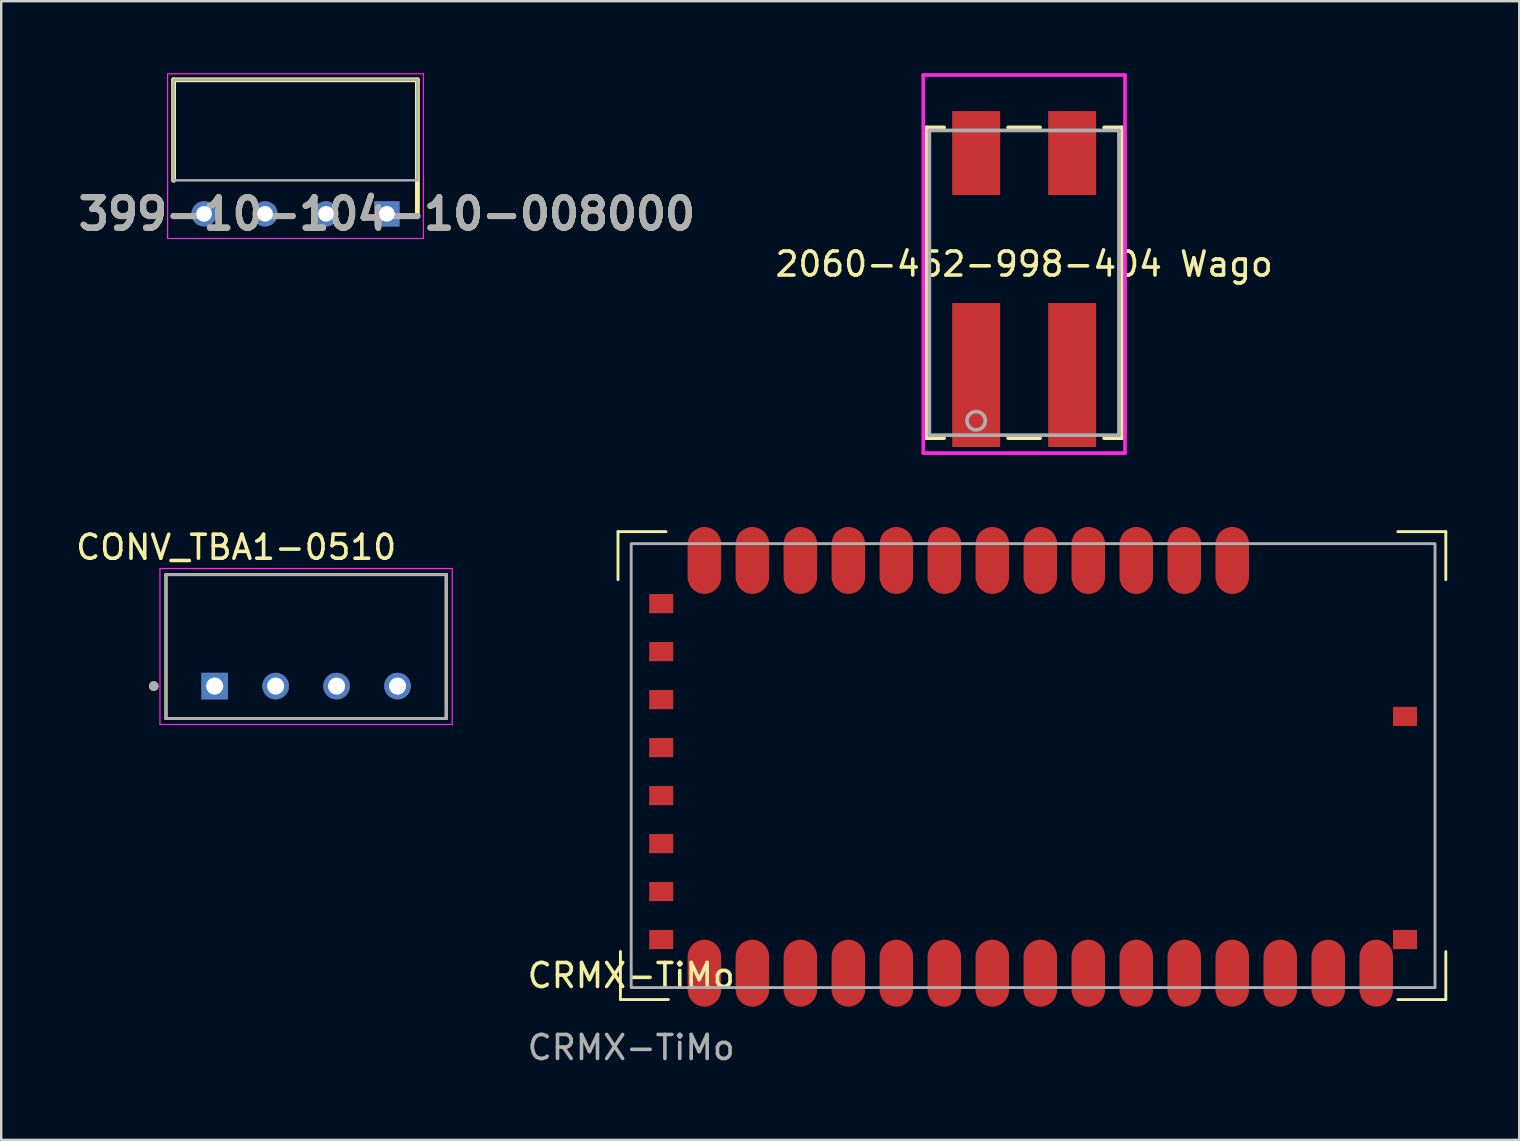
<source format=kicad_pcb>
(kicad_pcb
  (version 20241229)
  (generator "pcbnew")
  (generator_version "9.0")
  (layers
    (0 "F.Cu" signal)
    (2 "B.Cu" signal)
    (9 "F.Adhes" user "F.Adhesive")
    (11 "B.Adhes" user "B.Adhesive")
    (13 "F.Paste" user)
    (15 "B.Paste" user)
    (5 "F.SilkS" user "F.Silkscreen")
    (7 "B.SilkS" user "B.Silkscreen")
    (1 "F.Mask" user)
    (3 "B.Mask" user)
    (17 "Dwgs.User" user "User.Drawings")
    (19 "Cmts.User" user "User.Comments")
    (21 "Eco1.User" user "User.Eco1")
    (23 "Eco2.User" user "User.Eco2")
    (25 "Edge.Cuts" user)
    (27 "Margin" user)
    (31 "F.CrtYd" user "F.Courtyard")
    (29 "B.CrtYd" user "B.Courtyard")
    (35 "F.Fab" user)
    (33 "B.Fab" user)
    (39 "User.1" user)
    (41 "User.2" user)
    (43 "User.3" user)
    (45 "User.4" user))
  (footprint "CRMX-TiMo"
    (layer "F.Cu")
    (at 23.256 38.107)
    (property "Reference" "CRMX-TiMo" (at 0 -0.5 0) (unlocked yes) (layer "F.SilkS") (effects (font (size 1 1) (thickness 0.15))))
    (attr smd)
    (fp_line (start -0.55 -19) (end -0.55 -17) (stroke (width 0.12) (type default)) (layer "F.SilkS"))
    (fp_line (start -0.45 -1.5) (end -0.45 0.5) (stroke (width 0.12) (type default)) (layer "F.SilkS"))
    (fp_line (start -0.45 0.5) (end 1.55 0.5) (stroke (width 0.12) (type default)) (layer "F.SilkS"))
    (fp_line (start 1.45 -19) (end -0.55 -19) (stroke (width 0.12) (type default)) (layer "F.SilkS"))
    (fp_line (start 31.95 0.5) (end 33.95 0.5) (stroke (width 0.12) (type default)) (layer "F.SilkS"))
    (fp_line (start 33.95 -19) (end 31.95 -19) (stroke (width 0.12) (type default)) (layer "F.SilkS"))
    (fp_line (start 33.95 -17) (end 33.95 -19) (stroke (width 0.12) (type default)) (layer "F.SilkS"))
    (fp_line (start 33.95 0.5) (end 33.95 -1.5) (stroke (width 0.12) (type default)) (layer "F.SilkS"))
    (fp_rect (start 0 -18.5) (end 33.5 0) (stroke (width 0.12) (type default)) (fill no) (layer "F.Fab"))
    (fp_text user "${REFERENCE}" (at 0 2.5 0) (unlocked yes) (layer "F.Fab") (effects (font (size 1 1) (thickness 0.15))))
    (pad "1" smd rect (at 1.25 -16 270) (size 0.8 1) (layers "F.Cu" "F.Mask" "F.Paste"))
    (pad "2" smd rect (at 1.25 -14 270) (size 0.8 1) (layers "F.Cu" "F.Mask" "F.Paste"))
    (pad "3" smd rect (at 1.25 -12 270) (size 0.8 1) (layers "F.Cu" "F.Mask" "F.Paste"))
    (pad "4" smd rect (at 1.25 -10 270) (size 0.8 1) (layers "F.Cu" "F.Mask" "F.Paste"))
    (pad "5" smd rect (at 1.25 -8 270) (size 0.8 1) (layers "F.Cu" "F.Mask" "F.Paste"))
    (pad "6" smd rect (at 1.25 -6 270) (size 0.8 1) (layers "F.Cu" "F.Mask" "F.Paste"))
    (pad "7" smd rect (at 1.25 -4 270) (size 0.8 1) (layers "F.Cu" "F.Mask" "F.Paste"))
    (pad "8" smd rect (at 1.25 -2 270) (size 0.8 1) (layers "F.Cu" "F.Mask" "F.Paste"))
    (pad "9" smd roundrect (at 3.05 -0.6 270) (size 2.794 1.397) (layers "F.Cu" "F.Mask" "F.Paste") (roundrect_rratio 0.5))
    (pad "10" smd roundrect (at 5.05 -0.6 270) (size 2.794 1.397) (layers "F.Cu" "F.Mask" "F.Paste") (roundrect_rratio 0.5))
    (pad "11" smd roundrect (at 7.05 -0.6 270) (size 2.794 1.397) (layers "F.Cu" "F.Mask" "F.Paste") (roundrect_rratio 0.5))
    (pad "12" smd roundrect (at 9.05 -0.6 270) (size 2.794 1.397) (layers "F.Cu" "F.Mask" "F.Paste") (roundrect_rratio 0.5))
    (pad "13" smd roundrect (at 11.05 -0.6 270) (size 2.794 1.397) (layers "F.Cu" "F.Mask" "F.Paste") (roundrect_rratio 0.5))
    (pad "14" smd roundrect (at 13.05 -0.6 270) (size 2.794 1.397) (layers "F.Cu" "F.Mask" "F.Paste") (roundrect_rratio 0.5))
    (pad "15" smd roundrect (at 15.05 -0.6 270) (size 2.794 1.397) (layers "F.Cu" "F.Mask" "F.Paste") (roundrect_rratio 0.5))
    (pad "16" smd roundrect (at 17.05 -0.6 270) (size 2.794 1.397) (layers "F.Cu" "F.Mask" "F.Paste") (roundrect_rratio 0.5))
    (pad "17" smd roundrect (at 19.05 -0.6 270) (size 2.794 1.397) (layers "F.Cu" "F.Mask" "F.Paste") (roundrect_rratio 0.5))
    (pad "18" smd roundrect (at 21.05 -0.6 270) (size 2.794 1.397) (layers "F.Cu" "F.Mask" "F.Paste") (roundrect_rratio 0.5))
    (pad "19" smd roundrect (at 23.05 -0.6 270) (size 2.794 1.397) (layers "F.Cu" "F.Mask" "F.Paste") (roundrect_rratio 0.5))
    (pad "20" smd roundrect (at 25.05 -0.6 270) (size 2.794 1.397) (layers "F.Cu" "F.Mask" "F.Paste") (roundrect_rratio 0.5))
    (pad "21" smd roundrect (at 27.05 -0.6 270) (size 2.794 1.397) (layers "F.Cu" "F.Mask" "F.Paste") (roundrect_rratio 0.5))
    (pad "22" smd roundrect (at 29.05 -0.6 270) (size 2.794 1.397) (layers "F.Cu" "F.Mask" "F.Paste") (roundrect_rratio 0.5))
    (pad "23" smd roundrect (at 31.05 -0.6 270) (size 2.794 1.397) (layers "F.Cu" "F.Mask" "F.Paste") (roundrect_rratio 0.5))
    (pad "24" smd rect (at 32.25 -2 270) (size 0.8 1) (layers "F.Cu" "F.Mask" "F.Paste"))
    (pad "25" smd rect (at 32.25 -11.3 270) (size 0.8 1) (layers "F.Cu" "F.Mask" "F.Paste"))
    (pad "26" smd roundrect (at 25.05 -17.8 270) (size 2.794 1.397) (layers "F.Cu" "F.Mask" "F.Paste") (roundrect_rratio 0.5))
    (pad "27" smd roundrect (at 23.05 -17.8 270) (size 2.794 1.397) (layers "F.Cu" "F.Mask" "F.Paste") (roundrect_rratio 0.5))
    (pad "28" smd roundrect (at 21.05 -17.8 270) (size 2.794 1.397) (layers "F.Cu" "F.Mask" "F.Paste") (roundrect_rratio 0.5))
    (pad "29" smd roundrect (at 19.05 -17.8 270) (size 2.794 1.397) (layers "F.Cu" "F.Mask" "F.Paste") (roundrect_rratio 0.5))
    (pad "30" smd roundrect (at 17.05 -17.8 270) (size 2.794 1.397) (layers "F.Cu" "F.Mask" "F.Paste") (roundrect_rratio 0.5))
    (pad "31" smd roundrect (at 15.05 -17.8 270) (size 2.794 1.397) (layers "F.Cu" "F.Mask" "F.Paste") (roundrect_rratio 0.5))
    (pad "32" smd roundrect (at 13.05 -17.8 270) (size 2.794 1.397) (layers "F.Cu" "F.Mask" "F.Paste") (roundrect_rratio 0.5))
    (pad "33" smd roundrect (at 11.05 -17.8 270) (size 2.794 1.397) (layers "F.Cu" "F.Mask" "F.Paste") (roundrect_rratio 0.5))
    (pad "34" smd roundrect (at 9.05 -17.8 270) (size 2.794 1.397) (layers "F.Cu" "F.Mask" "F.Paste") (roundrect_rratio 0.5))
    (pad "35" smd roundrect (at 7.05 -17.8 270) (size 2.794 1.397) (layers "F.Cu" "F.Mask" "F.Paste") (roundrect_rratio 0.5))
    (pad "36" smd roundrect (at 5.05 -17.8 270) (size 2.794 1.397) (layers "F.Cu" "F.Mask" "F.Paste") (roundrect_rratio 0.5))
    (pad "37" smd roundrect (at 3.05 -17.8 270) (size 2.794 1.397) (layers "F.Cu" "F.Mask" "F.Paste") (roundrect_rratio 0.5)))
  (footprint "CONV_TBA1-0510"
    (layer "F.Cu")
    (at 9.707 23.894)
    (property "Reference" "CONV_TBA1-0510" (at -2.915 -4.135 0) (layer "F.SilkS") (effects (font (size 1 1) (thickness 0.15))))
    (attr through_hole)
    (fp_line (start -5.84 -3) (end 5.84 -3) (stroke (width 0.127) (type solid)) (layer "F.SilkS"))
    (fp_line (start -5.84 3) (end -5.84 -3) (stroke (width 0.127) (type solid)) (layer "F.SilkS"))
    (fp_line (start 5.84 -3) (end 5.84 3) (stroke (width 0.127) (type solid)) (layer "F.SilkS"))
    (fp_line (start 5.84 3) (end -5.84 3) (stroke (width 0.127) (type solid)) (layer "F.SilkS"))
    (fp_circle (center -6.35 1.65) (end -6.25 1.65) (stroke (width 0.2) (type solid)) (fill no) (layer "F.SilkS"))
    (fp_line (start -6.09 -3.25) (end -6.09 3.25) (stroke (width 0.05) (type solid)) (layer "F.CrtYd"))
    (fp_line (start -6.09 3.25) (end 6.09 3.25) (stroke (width 0.05) (type solid)) (layer "F.CrtYd"))
    (fp_line (start 6.09 -3.25) (end -6.09 -3.25) (stroke (width 0.05) (type solid)) (layer "F.CrtYd"))
    (fp_line (start 6.09 3.25) (end 6.09 -3.25) (stroke (width 0.05) (type solid)) (layer "F.CrtYd"))
    (fp_line (start -5.84 -3) (end 5.84 -3) (stroke (width 0.127) (type solid)) (layer "F.Fab"))
    (fp_line (start -5.84 3) (end -5.84 -3) (stroke (width 0.127) (type solid)) (layer "F.Fab"))
    (fp_line (start 5.84 -3) (end 5.84 3) (stroke (width 0.127) (type solid)) (layer "F.Fab"))
    (fp_line (start 5.84 3) (end -5.84 3) (stroke (width 0.127) (type solid)) (layer "F.Fab"))
    (fp_circle (center -6.35 1.65) (end -6.25 1.65) (stroke (width 0.2) (type solid)) (fill no) (layer "F.Fab"))
    (pad "1" thru_hole rect (at -3.81 1.65) (size 1.11 1.11) (drill 0.71) (layers "*.Cu" "*.Mask"))
    (pad "2" thru_hole circle (at -1.27 1.65) (size 1.11 1.11) (drill 0.71) (layers "*.Cu" "*.Mask"))
    (pad "3" thru_hole circle (at 1.27 1.65) (size 1.11 1.11) (drill 0.71) (layers "*.Cu" "*.Mask"))
    (pad "4" thru_hole circle (at 3.81 1.65) (size 1.11 1.11) (drill 0.71) (layers "*.Cu" "*.Mask")))
  (footprint "399-10-104-10-008000"
    (layer "F.Cu")
    (at 13.075 5.863)
    (property "Reference" "399-10-104-10-008000" (at 0 0 0) (layer "F.SilkS") (effects (font (size 1.27 1.27) (thickness 0.254))))
    (attr through_hole)
    (fp_line (start -8.89 -5.588) (end -8.89 -1.397) (stroke (width 0.2) (type solid)) (layer "F.SilkS"))
    (fp_line (start 1.27 -5.588) (end -8.89 -5.588) (stroke (width 0.2) (type solid)) (layer "F.SilkS"))
    (fp_line (start 1.27 0) (end 1.27 -5.588) (stroke (width 0.2) (type solid)) (layer "F.SilkS"))
    (fp_line (start -9.14 -5.838) (end 1.52 -5.838) (stroke (width 0.05) (type solid)) (layer "F.CrtYd"))
    (fp_line (start -9.14 1.025) (end -9.14 -5.838) (stroke (width 0.05) (type solid)) (layer "F.CrtYd"))
    (fp_line (start 1.52 -5.838) (end 1.52 1.025) (stroke (width 0.05) (type solid)) (layer "F.CrtYd"))
    (fp_line (start 1.52 1.025) (end -9.14 1.025) (stroke (width 0.05) (type solid)) (layer "F.CrtYd"))
    (fp_line (start -8.89 -5.588) (end 1.27 -5.588) (stroke (width 0.1) (type solid)) (layer "F.Fab"))
    (fp_line (start -8.89 -1.397) (end -8.89 -5.588) (stroke (width 0.1) (type solid)) (layer "F.Fab"))
    (fp_line (start 1.27 -5.588) (end 1.27 -1.397) (stroke (width 0.1) (type solid)) (layer "F.Fab"))
    (fp_line (start 1.27 -1.397) (end -8.89 -1.397) (stroke (width 0.1) (type solid)) (layer "F.Fab"))
    (fp_text user "${REFERENCE}" (at 0 0 0) (layer "F.Fab") (effects (font (size 1.27 1.27) (thickness 0.254))))
    (pad "1" thru_hole rect (at 0 0) (size 1.05 1.05) (drill 0.65) (layers "*.Cu" "*.Mask"))
    (pad "2" thru_hole circle (at -2.54 0) (size 1.05 1.05) (drill 0.65) (layers "*.Cu" "*.Mask"))
    (pad "3" thru_hole circle (at -5.08 0) (size 1.05 1.05) (drill 0.65) (layers "*.Cu" "*.Mask"))
    (pad "4" thru_hole circle (at -7.62 0) (size 1.05 1.05) (drill 0.65) (layers "*.Cu" "*.Mask")))
  (footprint "2060-452-998-404 Wago"
    (layer "F.Cu")
    (at 39.632 8.735)
    (property "Reference" "2060-452-998-404 Wago" (at 0 -0.78 0) (layer "F.SilkS") (effects (font (size 1 1) (thickness 0.15))))
    (attr through_hole)
    (fp_line (start -4.077 -6.477) (end -4.077 6.477) (stroke (width 0.152) (type solid)) (layer "F.SilkS"))
    (fp_line (start -4.077 6.477) (end -3.333 6.477) (stroke (width 0.152) (type solid)) (layer "F.SilkS"))
    (fp_line (start -3.333 -6.477) (end -4.077 -6.477) (stroke (width 0.152) (type solid)) (layer "F.SilkS"))
    (fp_line (start -0.667 6.477) (end 0.667 6.477) (stroke (width 0.152) (type solid)) (layer "F.SilkS"))
    (fp_line (start 0.667 -6.477) (end -0.667 -6.477) (stroke (width 0.152) (type solid)) (layer "F.SilkS"))
    (fp_line (start 3.333 6.477) (end 4.077 6.477) (stroke (width 0.152) (type solid)) (layer "F.SilkS"))
    (fp_line (start 4.077 -6.477) (end 3.333 -6.477) (stroke (width 0.152) (type solid)) (layer "F.SilkS"))
    (fp_line (start 4.077 6.477) (end 4.077 -6.477) (stroke (width 0.152) (type solid)) (layer "F.SilkS"))
    (fp_line (start -4.204 -8.659) (end -4.204 7.099) (stroke (width 0.152) (type solid)) (layer "F.CrtYd"))
    (fp_line (start -4.204 7.099) (end 4.204 7.099) (stroke (width 0.152) (type solid)) (layer "F.CrtYd"))
    (fp_line (start 4.204 -8.659) (end -4.204 -8.659) (stroke (width 0.152) (type solid)) (layer "F.CrtYd"))
    (fp_line (start 4.204 7.099) (end 4.204 -8.659) (stroke (width 0.152) (type solid)) (layer "F.CrtYd"))
    (fp_line (start -3.95 -6.35) (end -3.95 6.35) (stroke (width 0.152) (type solid)) (layer "F.Fab"))
    (fp_line (start -3.95 6.35) (end 3.95 6.35) (stroke (width 0.152) (type solid)) (layer "F.Fab"))
    (fp_line (start 3.95 -6.35) (end -3.95 -6.35) (stroke (width 0.152) (type solid)) (layer "F.Fab"))
    (fp_line (start 3.95 6.35) (end 3.95 -6.35) (stroke (width 0.152) (type solid)) (layer "F.Fab"))
    (fp_circle (center -2 5.75) (end -1.619 5.75) (stroke (width 0.152) (type solid)) (fill no) (layer "F.Fab"))
    (fp_text user "Copyright 2016 Accelerated Designs. All rights reserved." (at 0 0 0) (layer "Cmts.User") (effects (font (size 0.127 0.127) (thickness 0.002))))
    (pad "1" smd rect (at -2 -5.405) (size 2 3.5) (layers "F.Cu" "F.Mask" "F.Paste"))
    (pad "1" smd rect (at -2 3.845) (size 2 6) (layers "F.Cu" "F.Mask" "F.Paste"))
    (pad "2" smd rect (at 2 -5.405) (size 2 3.5) (layers "F.Cu" "F.Mask" "F.Paste"))
    (pad "2" smd rect (at 2 3.845) (size 2 6) (layers "F.Cu" "F.Mask" "F.Paste")))
  (gr_rect
    (start -3 -3)
    (end 60.266 44.456)
    (stroke (width 0.1) (type default))
    (fill no)
    (layer "Edge.Cuts")))
</source>
